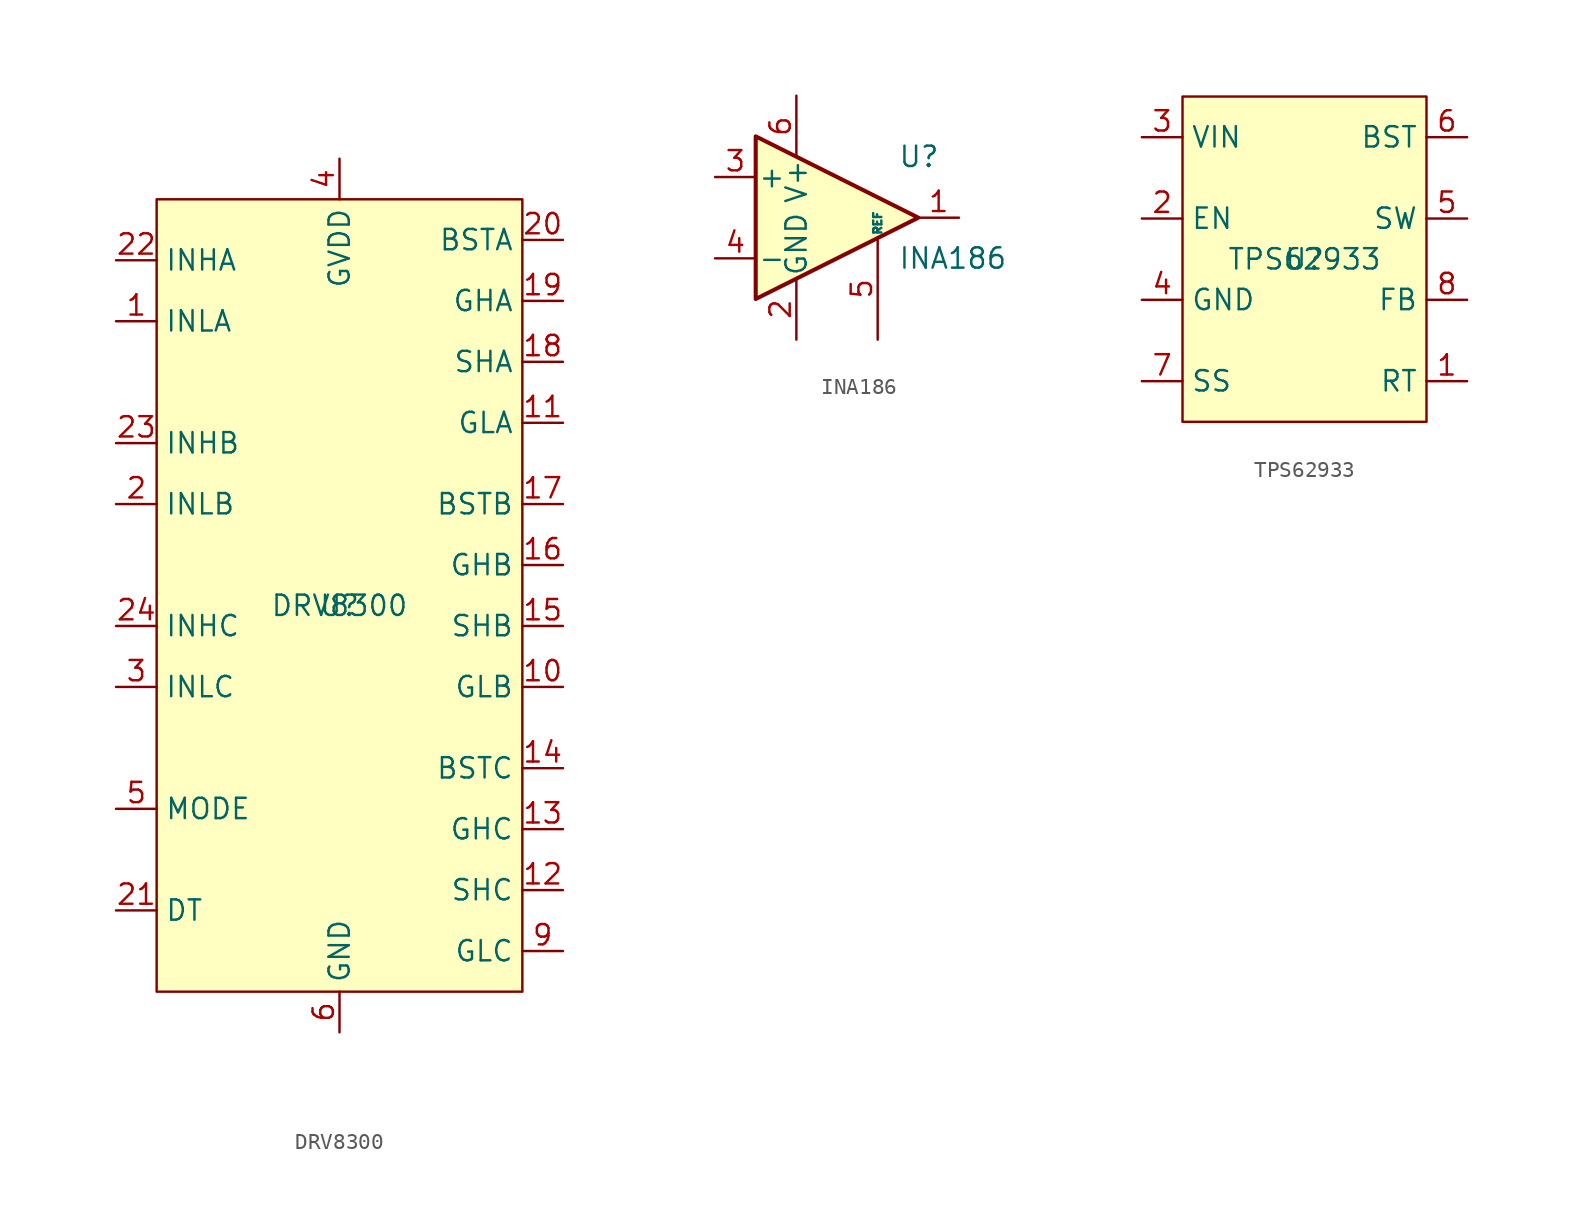
<source format=kicad_sym>
(kicad_symbol_lib
  (version 20211014)
  (generator kicad_symbol_editor)
  (symbol "DRV8300"
    (property "Reference" "U"
      (at 0 0 0)
      (effects (font (size 1.27 1.27))))
    (property "Value" "DRV8300"
      (at 0 0 0)
      (effects (font (size 1.27 1.27))))
    (symbol "DRV8300_0_1"
      (rectangle (start -11.43 25.4) (end 11.43 -24.13) (stroke (width 0) (type default) (color 0 0 0 0)) (fill (type background))))
    (symbol "DRV8300_1_1"
      (pin input line (at -13.97 17.78 0) (length 2.54) (name "INLA" (effects (font (size 1.27 1.27)))) (number "1" (effects (font (size 1.27 1.27)))))
      (pin output line (at 13.97 -5.08 180) (length 2.54) (name "GLB" (effects (font (size 1.27 1.27)))) (number "10" (effects (font (size 1.27 1.27)))))
      (pin output line (at 13.97 11.43 180) (length 2.54) (name "GLA" (effects (font (size 1.27 1.27)))) (number "11" (effects (font (size 1.27 1.27)))))
      (pin output line (at 13.97 -17.78 180) (length 2.54) (name "SHC" (effects (font (size 1.27 1.27)))) (number "12" (effects (font (size 1.27 1.27)))))
      (pin output line (at 13.97 -13.97 180) (length 2.54) (name "GHC" (effects (font (size 1.27 1.27)))) (number "13" (effects (font (size 1.27 1.27)))))
      (pin output line (at 13.97 -10.16 180) (length 2.54) (name "BSTC" (effects (font (size 1.27 1.27)))) (number "14" (effects (font (size 1.27 1.27)))))
      (pin output line (at 13.97 -1.27 180) (length 2.54) (name "SHB" (effects (font (size 1.27 1.27)))) (number "15" (effects (font (size 1.27 1.27)))))
      (pin output line (at 13.97 2.54 180) (length 2.54) (name "GHB" (effects (font (size 1.27 1.27)))) (number "16" (effects (font (size 1.27 1.27)))))
      (pin output line (at 13.97 6.35 180) (length 2.54) (name "BSTB" (effects (font (size 1.27 1.27)))) (number "17" (effects (font (size 1.27 1.27)))))
      (pin output line (at 13.97 15.24 180) (length 2.54) (name "SHA" (effects (font (size 1.27 1.27)))) (number "18" (effects (font (size 1.27 1.27)))))
      (pin output line (at 13.97 19.05 180) (length 2.54) (name "GHA" (effects (font (size 1.27 1.27)))) (number "19" (effects (font (size 1.27 1.27)))))
      (pin input line (at -13.97 6.35 0) (length 2.54) (name "INLB" (effects (font (size 1.27 1.27)))) (number "2" (effects (font (size 1.27 1.27)))))
      (pin output line (at 13.97 22.86 180) (length 2.54) (name "BSTA" (effects (font (size 1.27 1.27)))) (number "20" (effects (font (size 1.27 1.27)))))
      (pin input line (at -13.97 -19.05 0) (length 2.54) (name "DT" (effects (font (size 1.27 1.27)))) (number "21" (effects (font (size 1.27 1.27)))))
      (pin input line (at -13.97 21.59 0) (length 2.54) (name "INHA" (effects (font (size 1.27 1.27)))) (number "22" (effects (font (size 1.27 1.27)))))
      (pin input line (at -13.97 10.16 0) (length 2.54) (name "INHB" (effects (font (size 1.27 1.27)))) (number "23" (effects (font (size 1.27 1.27)))))
      (pin input line (at -13.97 -1.27 0) (length 2.54) (name "INHC" (effects (font (size 1.27 1.27)))) (number "24" (effects (font (size 1.27 1.27)))))
      (pin input line (at -13.97 -5.08 0) (length 2.54) (name "INLC" (effects (font (size 1.27 1.27)))) (number "3" (effects (font (size 1.27 1.27)))))
      (pin power_in line (at 0 27.94 270) (length 2.54) (name "GVDD" (effects (font (size 1.27 1.27)))) (number "4" (effects (font (size 1.27 1.27)))))
      (pin input line (at -13.97 -12.7 0) (length 2.54) (name "MODE" (effects (font (size 1.27 1.27)))) (number "5" (effects (font (size 1.27 1.27)))))
      (pin power_in line (at 0 -26.67 90) (length 2.54) (name "GND" (effects (font (size 1.27 1.27)))) (number "6" (effects (font (size 1.27 1.27)))))
      (pin output line (at 13.97 -21.59 180) (length 2.54) (name "GLC" (effects (font (size 1.27 1.27)))) (number "9" (effects (font (size 1.27 1.27)))))))
  (symbol "INA186"
    (pin_names
      (offset 0.127))
    (property "Reference" "U"
      (at 3.81 3.81 0)
      (effects (font (size 1.27 1.27)) (justify left)))
    (property "Value" "INA186"
      (at 3.81 -2.54 0)
      (effects (font (size 1.27 1.27)) (justify left)))
    (symbol "INA186_0_1"
      (polyline (pts (xy 5.08 0) (xy -5.08 5.08) (xy -5.08 -5.08) (xy 5.08 0)) (stroke (width 0.254) (type default) (color 0 0 0 0)) (fill (type background))))
    (symbol "INA186_1_1"
      (pin output line (at 7.62 0 180) (length 2.54) (name "~" (effects (font (size 1.27 1.27)))) (number "1" (effects (font (size 1.27 1.27)))))
      (pin power_in line (at -2.54 -7.62 90) (length 3.81) (name "GND" (effects (font (size 1.27 1.27)))) (number "2" (effects (font (size 1.27 1.27)))))
      (pin input line (at -7.62 2.54 0) (length 2.54) (name "+" (effects (font (size 1.27 1.27)))) (number "3" (effects (font (size 1.27 1.27)))))
      (pin input line (at -7.62 -2.54 0) (length 2.54) (name "-" (effects (font (size 1.27 1.27)))) (number "4" (effects (font (size 1.27 1.27)))))
      (pin input line (at 2.54 -7.62 90) (length 6.35) (name "REF" (effects (font (size 0.508 0.508)))) (number "5" (effects (font (size 1.27 1.27)))))
      (pin power_in line (at -2.54 7.62 270) (length 3.81) (name "V+" (effects (font (size 1.27 1.27)))) (number "6" (effects (font (size 1.27 1.27)))))))
  (symbol "TPS62933"
    (property "Reference" "U"
      (at 0 0 0)
      (effects (font (size 1.27 1.27))))
    (property "Value" "TPS62933"
      (at 0 0 0)
      (effects (font (size 1.27 1.27))))
    (symbol "TPS62933_0_1"
      (rectangle (start -7.62 10.16) (end 7.62 -10.16) (stroke (width 0) (type default) (color 0 0 0 0)) (fill (type background))))
    (symbol "TPS62933_1_1"
      (pin input line (at 10.16 -7.62 180) (length 2.54) (name "RT" (effects (font (size 1.27 1.27)))) (number "1" (effects (font (size 1.27 1.27)))))
      (pin input line (at -10.16 2.54 0) (length 2.54) (name "EN" (effects (font (size 1.27 1.27)))) (number "2" (effects (font (size 1.27 1.27)))))
      (pin power_in line (at -10.16 7.62 0) (length 2.54) (name "VIN" (effects (font (size 1.27 1.27)))) (number "3" (effects (font (size 1.27 1.27)))))
      (pin power_in line (at -10.16 -2.54 0) (length 2.54) (name "GND" (effects (font (size 1.27 1.27)))) (number "4" (effects (font (size 1.27 1.27)))))
      (pin output line (at 10.16 2.54 180) (length 2.54) (name "SW" (effects (font (size 1.27 1.27)))) (number "5" (effects (font (size 1.27 1.27)))))
      (pin output line (at 10.16 7.62 180) (length 2.54) (name "BST" (effects (font (size 1.27 1.27)))) (number "6" (effects (font (size 1.27 1.27)))))
      (pin input line (at -10.16 -7.62 0) (length 2.54) (name "SS" (effects (font (size 1.27 1.27)))) (number "7" (effects (font (size 1.27 1.27)))))
      (pin input line (at 10.16 -2.54 180) (length 2.54) (name "FB" (effects (font (size 1.27 1.27)))) (number "8" (effects (font (size 1.27 1.27))))))))
</source>
